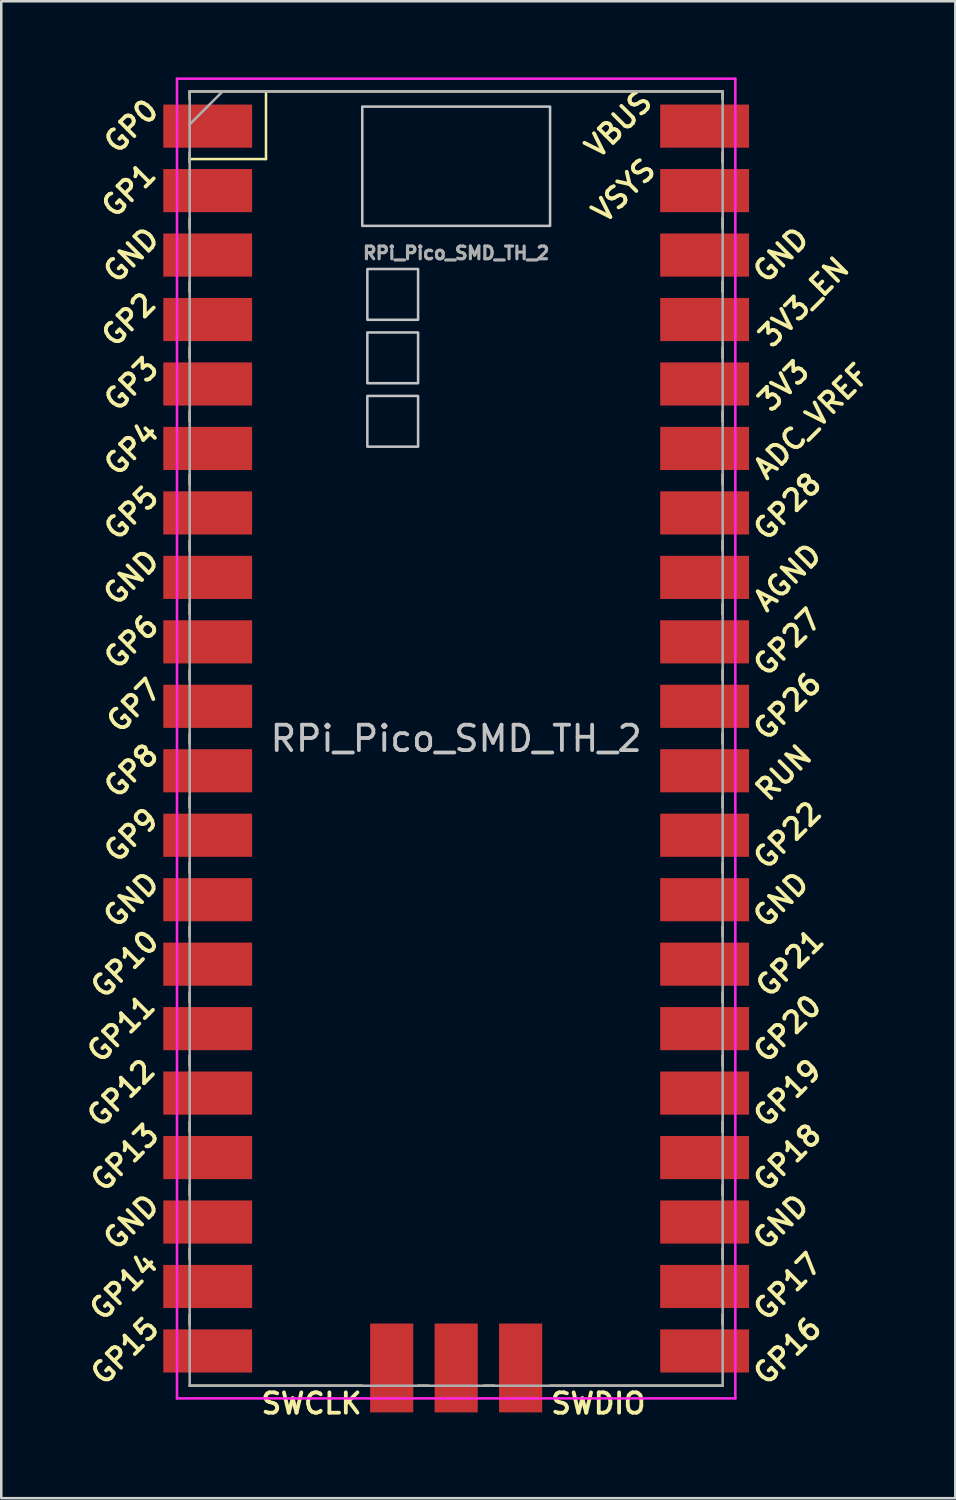
<source format=kicad_pcb>
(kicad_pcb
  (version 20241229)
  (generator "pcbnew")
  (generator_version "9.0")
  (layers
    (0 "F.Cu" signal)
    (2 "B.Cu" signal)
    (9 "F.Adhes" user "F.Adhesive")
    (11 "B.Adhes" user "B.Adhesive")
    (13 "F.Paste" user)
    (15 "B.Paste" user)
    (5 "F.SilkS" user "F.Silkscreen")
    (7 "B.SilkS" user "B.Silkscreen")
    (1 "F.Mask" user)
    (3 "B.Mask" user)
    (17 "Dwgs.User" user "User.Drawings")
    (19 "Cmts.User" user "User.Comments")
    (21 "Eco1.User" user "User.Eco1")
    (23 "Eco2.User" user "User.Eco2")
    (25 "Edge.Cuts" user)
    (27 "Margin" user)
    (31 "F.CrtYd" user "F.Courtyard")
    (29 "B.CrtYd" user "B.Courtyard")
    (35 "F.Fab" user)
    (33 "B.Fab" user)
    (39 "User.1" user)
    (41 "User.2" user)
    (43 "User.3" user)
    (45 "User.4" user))
  (footprint "RPi_Pico_SMD_TH_2"
    (layer "F.Cu")
    (at 14.924 26.05)
    (property "Reference" "RPi_Pico_SMD_TH_2" (at 0 0 180) (layer "Dwgs.User") (effects (font (size 1 1) (thickness 0.15))))
    (attr through_hole)
    (fp_line (start -10.5 20.1) (end -10.5 20.5) (stroke (width 0.1) (type solid)) (layer "F.SilkS"))
    (fp_line (start -10.5 -10.4) (end -10.5 -10) (stroke (width 0.1) (type solid)) (layer "F.SilkS"))
    (fp_line (start -10.5 12.5) (end -10.5 12.9) (stroke (width 0.1) (type solid)) (layer "F.SilkS"))
    (fp_line (start -10.5 -22.833) (end -7.493 -22.833) (stroke (width 0.1) (type solid)) (layer "F.SilkS"))
    (fp_line (start -10.5 -20.5) (end -10.5 -20.1) (stroke (width 0.1) (type solid)) (layer "F.SilkS"))
    (fp_line (start -10.5 -2.7) (end -10.5 -2.3) (stroke (width 0.1) (type solid)) (layer "F.SilkS"))
    (fp_line (start -10.5 7.4) (end -10.5 7.8) (stroke (width 0.1) (type solid)) (layer "F.SilkS"))
    (fp_line (start -10.5 10) (end -10.5 10.4) (stroke (width 0.1) (type solid)) (layer "F.SilkS"))
    (fp_line (start -10.5 22.7) (end -10.5 23.1) (stroke (width 0.1) (type solid)) (layer "F.SilkS"))
    (fp_line (start -10.5 -25.5) (end -10.5 -25.2) (stroke (width 0.1) (type solid)) (layer "F.SilkS"))
    (fp_line (start -10.5 -25.5) (end 10.5 -25.5) (stroke (width 0.1) (type solid)) (layer "F.SilkS"))
    (fp_line (start -10.5 -23.1) (end -10.5 -22.7) (stroke (width 0.1) (type solid)) (layer "F.SilkS"))
    (fp_line (start -10.5 -15.4) (end -10.5 -15) (stroke (width 0.1) (type solid)) (layer "F.SilkS"))
    (fp_line (start -10.5 -12.9) (end -10.5 -12.5) (stroke (width 0.1) (type solid)) (layer "F.SilkS"))
    (fp_line (start -10.5 -7.8) (end -10.5 -7.4) (stroke (width 0.1) (type solid)) (layer "F.SilkS"))
    (fp_line (start -10.5 -5.3) (end -10.5 -4.9) (stroke (width 0.1) (type solid)) (layer "F.SilkS"))
    (fp_line (start -10.5 -0.2) (end -10.5 0.2) (stroke (width 0.1) (type solid)) (layer "F.SilkS"))
    (fp_line (start -10.5 4.9) (end -10.5 5.3) (stroke (width 0.1) (type solid)) (layer "F.SilkS"))
    (fp_line (start -10.5 15.1) (end -10.5 15.5) (stroke (width 0.1) (type solid)) (layer "F.SilkS"))
    (fp_line (start -10.5 17.6) (end -10.5 18) (stroke (width 0.1) (type solid)) (layer "F.SilkS"))
    (fp_line (start -10.5 -18) (end -10.5 -17.6) (stroke (width 0.1) (type solid)) (layer "F.SilkS"))
    (fp_line (start -10.5 2.3) (end -10.5 2.7) (stroke (width 0.1) (type solid)) (layer "F.SilkS"))
    (fp_line (start -7.493 -22.833) (end -7.493 -25.5) (stroke (width 0.1) (type solid)) (layer "F.SilkS"))
    (fp_line (start -3.7 25.5) (end -10.5 25.5) (stroke (width 0.1) (type solid)) (layer "F.SilkS"))
    (fp_line (start -1.5 25.5) (end -1.1 25.5) (stroke (width 0.1) (type solid)) (layer "F.SilkS"))
    (fp_line (start 1.1 25.5) (end 1.5 25.5) (stroke (width 0.1) (type solid)) (layer "F.SilkS"))
    (fp_line (start 10.5 20.1) (end 10.5 20.5) (stroke (width 0.1) (type solid)) (layer "F.SilkS"))
    (fp_line (start 10.5 -15.4) (end 10.5 -15) (stroke (width 0.1) (type solid)) (layer "F.SilkS"))
    (fp_line (start 10.5 -12.9) (end 10.5 -12.5) (stroke (width 0.1) (type solid)) (layer "F.SilkS"))
    (fp_line (start 10.5 -7.8) (end 10.5 -7.4) (stroke (width 0.1) (type solid)) (layer "F.SilkS"))
    (fp_line (start 10.5 -5.3) (end 10.5 -4.9) (stroke (width 0.1) (type solid)) (layer "F.SilkS"))
    (fp_line (start 10.5 2.3) (end 10.5 2.7) (stroke (width 0.1) (type solid)) (layer "F.SilkS"))
    (fp_line (start 10.5 4.9) (end 10.5 5.3) (stroke (width 0.1) (type solid)) (layer "F.SilkS"))
    (fp_line (start 10.5 10) (end 10.5 10.4) (stroke (width 0.1) (type solid)) (layer "F.SilkS"))
    (fp_line (start 10.5 22.7) (end 10.5 23.1) (stroke (width 0.1) (type solid)) (layer "F.SilkS"))
    (fp_line (start 10.5 25.5) (end 3.7 25.5) (stroke (width 0.1) (type solid)) (layer "F.SilkS"))
    (fp_line (start 10.5 -23.1) (end 10.5 -22.7) (stroke (width 0.1) (type solid)) (layer "F.SilkS"))
    (fp_line (start 10.5 -20.5) (end 10.5 -20.1) (stroke (width 0.1) (type solid)) (layer "F.SilkS"))
    (fp_line (start 10.5 -2.7) (end 10.5 -2.3) (stroke (width 0.1) (type solid)) (layer "F.SilkS"))
    (fp_line (start 10.5 -0.2) (end 10.5 0.2) (stroke (width 0.1) (type solid)) (layer "F.SilkS"))
    (fp_line (start 10.5 7.4) (end 10.5 7.8) (stroke (width 0.1) (type solid)) (layer "F.SilkS"))
    (fp_line (start 10.5 15.1) (end 10.5 15.5) (stroke (width 0.1) (type solid)) (layer "F.SilkS"))
    (fp_line (start 10.5 17.6) (end 10.5 18) (stroke (width 0.1) (type solid)) (layer "F.SilkS"))
    (fp_line (start 10.5 -18) (end 10.5 -17.6) (stroke (width 0.1) (type solid)) (layer "F.SilkS"))
    (fp_line (start 10.5 -10.4) (end 10.5 -10) (stroke (width 0.1) (type solid)) (layer "F.SilkS"))
    (fp_line (start 10.5 12.5) (end 10.5 12.9) (stroke (width 0.1) (type solid)) (layer "F.SilkS"))
    (fp_line (start 10.5 -25.5) (end 10.5 -25.2) (stroke (width 0.1) (type solid)) (layer "F.SilkS"))
    (fp_poly (pts (xy -1.5 -14) (xy -3.5 -14) (xy -3.5 -16) (xy -1.5 -16)) (stroke (width 0.1) (type solid)) (fill no) (layer "Dwgs.User"))
    (fp_poly (pts (xy -1.5 -16.5) (xy -3.5 -16.5) (xy -3.5 -18.5) (xy -1.5 -18.5)) (stroke (width 0.1) (type solid)) (fill no) (layer "Dwgs.User"))
    (fp_poly (pts (xy -1.5 -11.5) (xy -3.5 -11.5) (xy -3.5 -13.5) (xy -1.5 -13.5)) (stroke (width 0.1) (type solid)) (fill no) (layer "Dwgs.User"))
    (fp_poly (pts (xy 3.7 -20.2) (xy -3.7 -20.2) (xy -3.7 -24.9) (xy 3.7 -24.9)) (stroke (width 0.1) (type solid)) (fill no) (layer "Dwgs.User"))
    (fp_line (start -11 -26) (end 11 -26) (stroke (width 0.1) (type solid)) (layer "F.CrtYd"))
    (fp_line (start -11 26) (end -11 -26) (stroke (width 0.1) (type solid)) (layer "F.CrtYd"))
    (fp_line (start 11 -26) (end 11 26) (stroke (width 0.1) (type solid)) (layer "F.CrtYd"))
    (fp_line (start 11 26) (end -11 26) (stroke (width 0.1) (type solid)) (layer "F.CrtYd"))
    (fp_line (start -10.5 25.5) (end -10.5 -25.5) (stroke (width 0.1) (type solid)) (layer "F.Fab"))
    (fp_line (start -10.5 -25.5) (end 10.5 -25.5) (stroke (width 0.1) (type solid)) (layer "F.Fab"))
    (fp_line (start -10.5 -24.2) (end -9.2 -25.5) (stroke (width 0.1) (type solid)) (layer "F.Fab"))
    (fp_line (start 10.5 25.5) (end -10.5 25.5) (stroke (width 0.1) (type solid)) (layer "F.Fab"))
    (fp_line (start 10.5 -25.5) (end 10.5 25.5) (stroke (width 0.1) (type solid)) (layer "F.Fab"))
    (fp_text user "3V3" (at 12.9 -13.9 45) (layer "F.SilkS") (effects (font (size 0.8 0.8) (thickness 0.15))))
    (fp_text user "GP20" (at 13.054 11.43 45) (layer "F.SilkS") (effects (font (size 0.8 0.8) (thickness 0.15))))
    (fp_text user "GP8" (at -12.8 1.27 45) (layer "F.SilkS") (effects (font (size 0.8 0.8) (thickness 0.15))))
    (fp_text user "VBUS" (at 6.4 -24.2 45) (layer "F.SilkS") (effects (font (size 0.8 0.8) (thickness 0.15))))
    (fp_text user "GND" (at -12.8 19.05 45) (layer "F.SilkS") (effects (font (size 0.8 0.8) (thickness 0.15))))
    (fp_text user "GP19" (at 13.054 13.97 45) (layer "F.SilkS") (effects (font (size 0.8 0.8) (thickness 0.15))))
    (fp_text user "GP26" (at 13.054 -1.27 45) (layer "F.SilkS") (effects (font (size 0.8 0.8) (thickness 0.15))))
    (fp_text user "RUN" (at 12.9 1.35 45) (layer "F.SilkS") (effects (font (size 0.8 0.8) (thickness 0.15))))
    (fp_text user "GND" (at -12.8 -19.05 45) (layer "F.SilkS") (effects (font (size 0.8 0.8) (thickness 0.15))))
    (fp_text user "GP3" (at -12.8 -13.97 45) (layer "F.SilkS") (effects (font (size 0.8 0.8) (thickness 0.15))))
    (fp_text user "GP0" (at -12.8 -24.13 45) (layer "F.SilkS") (effects (font (size 0.8 0.8) (thickness 0.15))))
    (fp_text user "GND" (at 12.8 -19.05 45) (layer "F.SilkS") (effects (font (size 0.8 0.8) (thickness 0.15))))
    (fp_text user "AGND" (at 13.054 -6.35 45) (layer "F.SilkS") (effects (font (size 0.8 0.8) (thickness 0.15))))
    (fp_text user "GP18" (at 13.054 16.51 45) (layer "F.SilkS") (effects (font (size 0.8 0.8) (thickness 0.15))))
    (fp_text user "GP22" (at 13.054 3.81 45) (layer "F.SilkS") (effects (font (size 0.8 0.8) (thickness 0.15))))
    (fp_text user "GP9" (at -12.8 3.81 45) (layer "F.SilkS") (effects (font (size 0.8 0.8) (thickness 0.15))))
    (fp_text user "SWCLK" (at -5.7 26.2 180) (layer "F.SilkS") (effects (font (size 0.8 0.8) (thickness 0.15))))
    (fp_text user "GP16" (at 13.054 24.13 45) (layer "F.SilkS") (effects (font (size 0.8 0.8) (thickness 0.15))))
    (fp_text user "GP6" (at -12.8 -3.81 45) (layer "F.SilkS") (effects (font (size 0.8 0.8) (thickness 0.15))))
    (fp_text user "GP27" (at 13.054 -3.8 45) (layer "F.SilkS") (effects (font (size 0.8 0.8) (thickness 0.15))))
    (fp_text user "GP28" (at 13.054 -9.144 45) (layer "F.SilkS") (effects (font (size 0.8 0.8) (thickness 0.15))))
    (fp_text user "GP7" (at -12.7 -1.3 45) (layer "F.SilkS") (effects (font (size 0.8 0.8) (thickness 0.15))))
    (fp_text user "GP1" (at -12.9 -21.6 45) (layer "F.SilkS") (effects (font (size 0.8 0.8) (thickness 0.15))))
    (fp_text user "GND" (at 12.8 6.35 45) (layer "F.SilkS") (effects (font (size 0.8 0.8) (thickness 0.15))))
    (fp_text user "GP13" (at -13.054 16.51 45) (layer "F.SilkS") (effects (font (size 0.8 0.8) (thickness 0.15))))
    (fp_text user "3V3_EN" (at 13.7 -17.2 45) (layer "F.SilkS") (effects (font (size 0.8 0.8) (thickness 0.15))))
    (fp_text user "GP11" (at -13.2 11.43 45) (layer "F.SilkS") (effects (font (size 0.8 0.8) (thickness 0.15))))
    (fp_text user "GND" (at -12.8 6.35 45) (layer "F.SilkS") (effects (font (size 0.8 0.8) (thickness 0.15))))
    (fp_text user "VSYS" (at 6.6 -21.59 45) (layer "F.SilkS") (effects (font (size 0.8 0.8) (thickness 0.15))))
    (fp_text user "ADC_VREF" (at 14 -12.5 45) (layer "F.SilkS") (effects (font (size 0.8 0.8) (thickness 0.15))))
    (fp_text user "GP14" (at -13.1 21.59 45) (layer "F.SilkS") (effects (font (size 0.8 0.8) (thickness 0.15))))
    (fp_text user "GP4" (at -12.8 -11.43 45) (layer "F.SilkS") (effects (font (size 0.8 0.8) (thickness 0.15))))
    (fp_text user "GND" (at 12.8 19.05 45) (layer "F.SilkS") (effects (font (size 0.8 0.8) (thickness 0.15))))
    (fp_text user "GP21" (at 13.15 8.85 45) (layer "F.SilkS") (effects (font (size 0.8 0.8) (thickness 0.15))))
    (fp_text user "GP10" (at -13.054 8.89 45) (layer "F.SilkS") (effects (font (size 0.8 0.8) (thickness 0.15))))
    (fp_text user "GP12" (at -13.2 13.97 45) (layer "F.SilkS") (effects (font (size 0.8 0.8) (thickness 0.15))))
    (fp_text user "GP5" (at -12.8 -8.89 45) (layer "F.SilkS") (effects (font (size 0.8 0.8) (thickness 0.15))))
    (fp_text user "GP2" (at -12.9 -16.51 45) (layer "F.SilkS") (effects (font (size 0.8 0.8) (thickness 0.15))))
    (fp_text user "GP17" (at 13.054 21.59 45) (layer "F.SilkS") (effects (font (size 0.8 0.8) (thickness 0.15))))
    (fp_text user "GND" (at -12.8 -6.35 45) (layer "F.SilkS") (effects (font (size 0.8 0.8) (thickness 0.15))))
    (fp_text user "GP15" (at -13.054 24.13 45) (layer "F.SilkS") (effects (font (size 0.8 0.8) (thickness 0.15))))
    (fp_text user "SWDIO" (at 5.6 26.2 180) (layer "F.SilkS") (effects (font (size 0.8 0.8) (thickness 0.15))))
    (fp_text user "${REFERENCE}" (at 0.000001 -19.13 180) (layer "F.Fab") (effects (font (size 0.5 0.5) (thickness 0.125))))
    (pad "1" smd rect (at -8.89 -24.13) (size 3.5 1.7) (drill (offset -0.9 0)) (layers "F.Cu" "F.Mask"))
    (pad "2" smd rect (at -8.89 -21.59) (size 3.5 1.7) (drill (offset -0.9 0)) (layers "F.Cu" "F.Mask"))
    (pad "3" smd rect (at -8.89 -19.05) (size 3.5 1.7) (drill (offset -0.9 0)) (layers "F.Cu" "F.Mask"))
    (pad "4" smd rect (at -8.89 -16.51) (size 3.5 1.7) (drill (offset -0.9 0)) (layers "F.Cu" "F.Mask"))
    (pad "5" smd rect (at -8.89 -13.97) (size 3.5 1.7) (drill (offset -0.9 0)) (layers "F.Cu" "F.Mask"))
    (pad "6" smd rect (at -8.89 -11.43) (size 3.5 1.7) (drill (offset -0.9 0)) (layers "F.Cu" "F.Mask"))
    (pad "7" smd rect (at -8.89 -8.89) (size 3.5 1.7) (drill (offset -0.9 0)) (layers "F.Cu" "F.Mask"))
    (pad "8" smd rect (at -8.89 -6.35) (size 3.5 1.7) (drill (offset -0.9 0)) (layers "F.Cu" "F.Mask"))
    (pad "9" smd rect (at -8.89 -3.81) (size 3.5 1.7) (drill (offset -0.9 0)) (layers "F.Cu" "F.Mask"))
    (pad "10" smd rect (at -8.89 -1.27) (size 3.5 1.7) (drill (offset -0.9 0)) (layers "F.Cu" "F.Mask"))
    (pad "11" smd rect (at -8.89 1.27) (size 3.5 1.7) (drill (offset -0.9 0)) (layers "F.Cu" "F.Mask"))
    (pad "12" smd rect (at -8.89 3.81) (size 3.5 1.7) (drill (offset -0.9 0)) (layers "F.Cu" "F.Mask"))
    (pad "13" smd rect (at -8.89 6.35) (size 3.5 1.7) (drill (offset -0.9 0)) (layers "F.Cu" "F.Mask"))
    (pad "14" smd rect (at -8.89 8.89) (size 3.5 1.7) (drill (offset -0.9 0)) (layers "F.Cu" "F.Mask"))
    (pad "15" smd rect (at -8.89 11.43) (size 3.5 1.7) (drill (offset -0.9 0)) (layers "F.Cu" "F.Mask"))
    (pad "16" smd rect (at -8.89 13.97) (size 3.5 1.7) (drill (offset -0.9 0)) (layers "F.Cu" "F.Mask"))
    (pad "17" smd rect (at -8.89 16.51) (size 3.5 1.7) (drill (offset -0.9 0)) (layers "F.Cu" "F.Mask"))
    (pad "18" smd rect (at -8.89 19.05) (size 3.5 1.7) (drill (offset -0.9 0)) (layers "F.Cu" "F.Mask"))
    (pad "19" smd rect (at -8.89 21.59) (size 3.5 1.7) (drill (offset -0.9 0)) (layers "F.Cu" "F.Mask"))
    (pad "20" smd rect (at -8.89 24.13) (size 3.5 1.7) (drill (offset -0.9 0)) (layers "F.Cu" "F.Mask"))
    (pad "21" smd rect (at 8.89 24.13) (size 3.5 1.7) (drill (offset 0.9 0)) (layers "F.Cu" "F.Mask"))
    (pad "22" smd rect (at 8.89 21.59) (size 3.5 1.7) (drill (offset 0.9 0)) (layers "F.Cu" "F.Mask"))
    (pad "23" smd rect (at 8.89 19.05) (size 3.5 1.7) (drill (offset 0.9 0)) (layers "F.Cu" "F.Mask"))
    (pad "24" smd rect (at 8.89 16.51) (size 3.5 1.7) (drill (offset 0.9 0)) (layers "F.Cu" "F.Mask"))
    (pad "25" smd rect (at 8.89 13.97) (size 3.5 1.7) (drill (offset 0.9 0)) (layers "F.Cu" "F.Mask"))
    (pad "26" smd rect (at 8.89 11.43) (size 3.5 1.7) (drill (offset 0.9 0)) (layers "F.Cu" "F.Mask"))
    (pad "27" smd rect (at 8.89 8.89) (size 3.5 1.7) (drill (offset 0.9 0)) (layers "F.Cu" "F.Mask"))
    (pad "28" smd rect (at 8.89 6.35) (size 3.5 1.7) (drill (offset 0.9 0)) (layers "F.Cu" "F.Mask"))
    (pad "29" smd rect (at 8.89 3.81) (size 3.5 1.7) (drill (offset 0.9 0)) (layers "F.Cu" "F.Mask"))
    (pad "30" smd rect (at 8.89 1.27) (size 3.5 1.7) (drill (offset 0.9 0)) (layers "F.Cu" "F.Mask"))
    (pad "31" smd rect (at 8.89 -1.27) (size 3.5 1.7) (drill (offset 0.9 0)) (layers "F.Cu" "F.Mask"))
    (pad "32" smd rect (at 8.89 -3.81) (size 3.5 1.7) (drill (offset 0.9 0)) (layers "F.Cu" "F.Mask"))
    (pad "33" smd rect (at 8.89 -6.35) (size 3.5 1.7) (drill (offset 0.9 0)) (layers "F.Cu" "F.Mask"))
    (pad "34" smd rect (at 8.89 -8.89) (size 3.5 1.7) (drill (offset 0.9 0)) (layers "F.Cu" "F.Mask"))
    (pad "35" smd rect (at 8.89 -11.43) (size 3.5 1.7) (drill (offset 0.9 0)) (layers "F.Cu" "F.Mask"))
    (pad "36" smd rect (at 8.89 -13.97) (size 3.5 1.7) (drill (offset 0.9 0)) (layers "F.Cu" "F.Mask"))
    (pad "37" smd rect (at 8.89 -16.51) (size 3.5 1.7) (drill (offset 0.9 0)) (layers "F.Cu" "F.Mask"))
    (pad "38" smd rect (at 8.89 -19.05) (size 3.5 1.7) (drill (offset 0.9 0)) (layers "F.Cu" "F.Mask"))
    (pad "39" smd rect (at 8.89 -21.59) (size 3.5 1.7) (drill (offset 0.9 0)) (layers "F.Cu" "F.Mask"))
    (pad "40" smd rect (at 8.89 -24.13) (size 3.5 1.7) (drill (offset 0.9 0)) (layers "F.Cu" "F.Mask"))
    (pad "41" smd rect (at -2.54 23.9 90) (size 3.5 1.7) (drill (offset -0.9 0)) (layers "F.Cu" "F.Mask"))
    (pad "42" smd rect (at 0 23.9 90) (size 3.5 1.7) (drill (offset -0.9 0)) (layers "F.Cu" "F.Mask"))
    (pad "43" smd rect (at 2.54 23.9 90) (size 3.5 1.7) (drill (offset -0.9 0)) (layers "F.Cu" "F.Mask")))
  (gr_rect
    (start -3 -3)
    (end 34.591 55.981)
    (stroke (width 0.1) (type default))
    (fill no)
    (layer "Edge.Cuts")))
</source>
